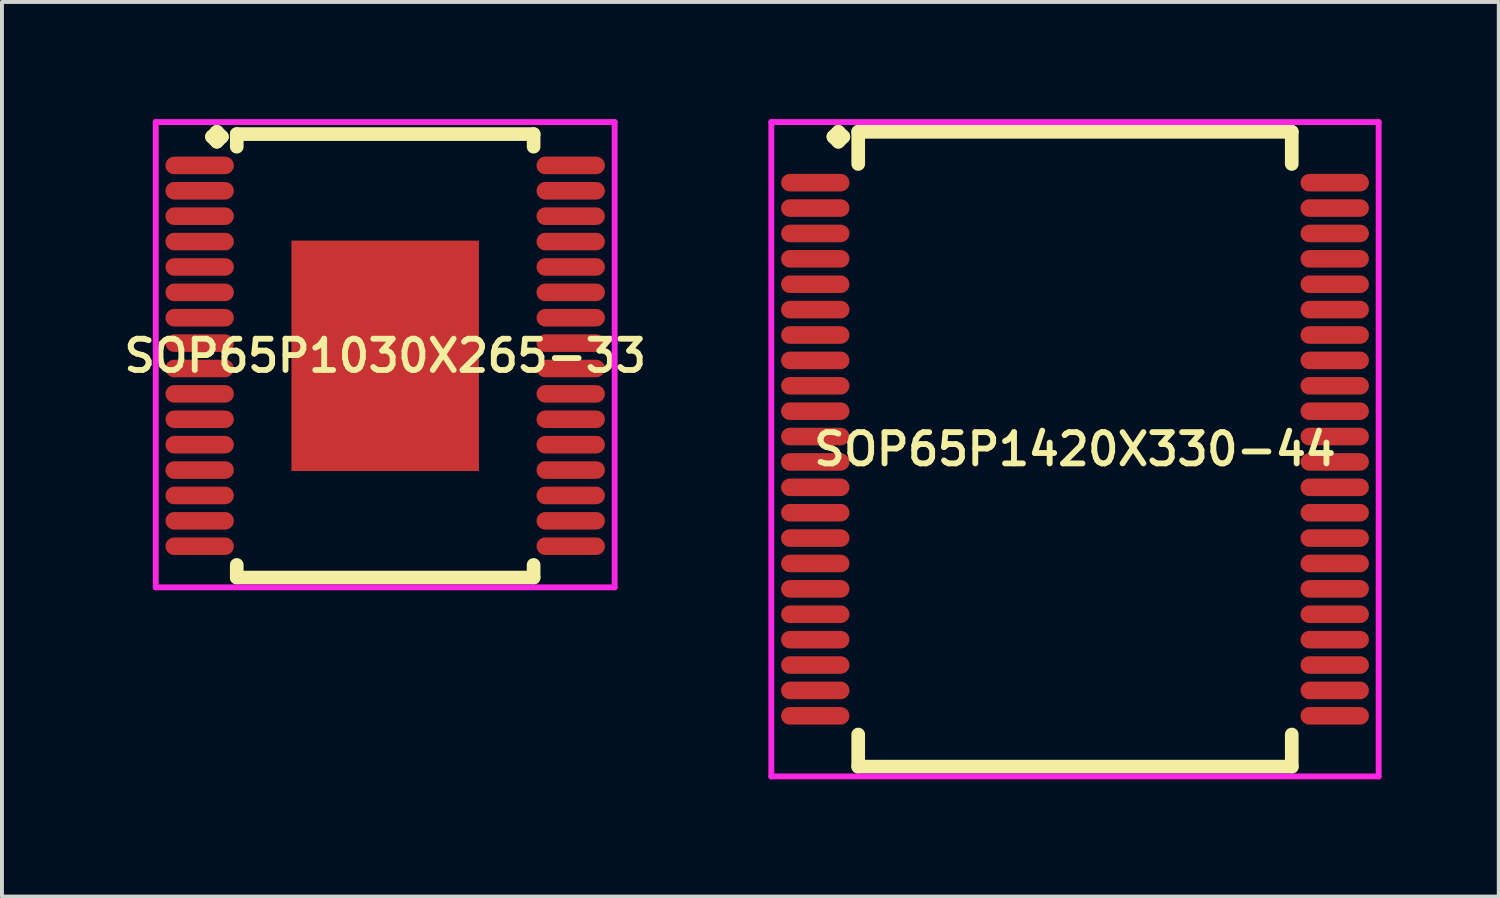
<source format=kicad_pcb>
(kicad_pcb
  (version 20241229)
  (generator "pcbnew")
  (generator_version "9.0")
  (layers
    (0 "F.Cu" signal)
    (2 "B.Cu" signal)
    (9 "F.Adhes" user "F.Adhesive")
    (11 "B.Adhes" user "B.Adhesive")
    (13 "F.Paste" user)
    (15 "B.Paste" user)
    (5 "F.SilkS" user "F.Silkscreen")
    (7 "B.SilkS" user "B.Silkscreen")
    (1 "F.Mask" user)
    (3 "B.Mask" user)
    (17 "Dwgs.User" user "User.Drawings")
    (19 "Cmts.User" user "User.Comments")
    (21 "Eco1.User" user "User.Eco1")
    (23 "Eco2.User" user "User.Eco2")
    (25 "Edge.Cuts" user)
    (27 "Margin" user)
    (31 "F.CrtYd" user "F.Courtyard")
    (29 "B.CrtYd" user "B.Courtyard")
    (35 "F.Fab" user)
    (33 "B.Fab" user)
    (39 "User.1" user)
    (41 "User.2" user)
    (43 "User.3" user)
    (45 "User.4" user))
  (footprint "SOP65P1420X330-44"
    (layer "F.Cu")
    (at 24.473 8.452)
    (property "Reference" "SOP65P1420X330-44" (at 0 0 0) (layer "F.SilkS") (effects (font (size 0.8 0.8) (thickness 0.15))))
    (attr smd)
    (fp_line (start -6.185 -8) (end -6.058 -8.127) (stroke (width 0.35) (type solid)) (layer "F.SilkS"))
    (fp_line (start -6.058 -8.127) (end -5.931 -8) (stroke (width 0.35) (type solid)) (layer "F.SilkS"))
    (fp_line (start -6.058 -7.873) (end -6.185 -8) (stroke (width 0.35) (type solid)) (layer "F.SilkS"))
    (fp_line (start -5.931 -8) (end -6.058 -7.873) (stroke (width 0.35) (type solid)) (layer "F.SilkS"))
    (fp_line (start -5.55 -8.127) (end 5.55 -8.127) (stroke (width 0.35) (type solid)) (layer "F.SilkS"))
    (fp_line (start -5.55 -7.304) (end -5.55 -8.127) (stroke (width 0.35) (type solid)) (layer "F.SilkS"))
    (fp_line (start -5.55 7.304) (end -5.55 8.127) (stroke (width 0.35) (type solid)) (layer "F.SilkS"))
    (fp_line (start -5.55 8.127) (end 5.55 8.127) (stroke (width 0.35) (type solid)) (layer "F.SilkS"))
    (fp_line (start 5.55 -8.127) (end 5.55 -7.304) (stroke (width 0.35) (type solid)) (layer "F.SilkS"))
    (fp_line (start 5.55 8.127) (end 5.55 7.304) (stroke (width 0.35) (type solid)) (layer "F.SilkS"))
    (fp_line (start -7.775 -8.377) (end 7.775 -8.377) (stroke (width 0.15) (type solid)) (layer "F.CrtYd"))
    (fp_line (start -7.775 8.377) (end -7.775 -8.377) (stroke (width 0.15) (type solid)) (layer "F.CrtYd"))
    (fp_line (start 7.775 -8.377) (end 7.775 8.377) (stroke (width 0.15) (type solid)) (layer "F.CrtYd"))
    (fp_line (start 7.775 8.377) (end -7.775 8.377) (stroke (width 0.15) (type solid)) (layer "F.CrtYd"))
    (pad "1" smd oval (at -6.65 -6.825) (size 1.75 0.45) (layers "F.Cu" "F.Mask" "F.Paste"))
    (pad "2" smd oval (at -6.65 -6.175) (size 1.75 0.45) (layers "F.Cu" "F.Mask" "F.Paste"))
    (pad "3" smd oval (at -6.65 -5.525) (size 1.75 0.45) (layers "F.Cu" "F.Mask" "F.Paste"))
    (pad "4" smd oval (at -6.65 -4.875) (size 1.75 0.45) (layers "F.Cu" "F.Mask" "F.Paste"))
    (pad "5" smd oval (at -6.65 -4.225) (size 1.75 0.45) (layers "F.Cu" "F.Mask" "F.Paste"))
    (pad "6" smd oval (at -6.65 -3.575) (size 1.75 0.45) (layers "F.Cu" "F.Mask" "F.Paste"))
    (pad "7" smd oval (at -6.65 -2.925) (size 1.75 0.45) (layers "F.Cu" "F.Mask" "F.Paste"))
    (pad "8" smd oval (at -6.65 -2.275) (size 1.75 0.45) (layers "F.Cu" "F.Mask" "F.Paste"))
    (pad "9" smd oval (at -6.65 -1.625) (size 1.75 0.45) (layers "F.Cu" "F.Mask" "F.Paste"))
    (pad "10" smd oval (at -6.65 -0.975) (size 1.75 0.45) (layers "F.Cu" "F.Mask" "F.Paste"))
    (pad "11" smd oval (at -6.65 -0.325) (size 1.75 0.45) (layers "F.Cu" "F.Mask" "F.Paste"))
    (pad "12" smd oval (at -6.65 0.325) (size 1.75 0.45) (layers "F.Cu" "F.Mask" "F.Paste"))
    (pad "13" smd oval (at -6.65 0.975) (size 1.75 0.45) (layers "F.Cu" "F.Mask" "F.Paste"))
    (pad "14" smd oval (at -6.65 1.625) (size 1.75 0.45) (layers "F.Cu" "F.Mask" "F.Paste"))
    (pad "15" smd oval (at -6.65 2.275) (size 1.75 0.45) (layers "F.Cu" "F.Mask" "F.Paste"))
    (pad "16" smd oval (at -6.65 2.925) (size 1.75 0.45) (layers "F.Cu" "F.Mask" "F.Paste"))
    (pad "17" smd oval (at -6.65 3.575) (size 1.75 0.45) (layers "F.Cu" "F.Mask" "F.Paste"))
    (pad "18" smd oval (at -6.65 4.225) (size 1.75 0.45) (layers "F.Cu" "F.Mask" "F.Paste"))
    (pad "19" smd oval (at -6.65 4.875) (size 1.75 0.45) (layers "F.Cu" "F.Mask" "F.Paste"))
    (pad "20" smd oval (at -6.65 5.525) (size 1.75 0.45) (layers "F.Cu" "F.Mask" "F.Paste"))
    (pad "21" smd oval (at -6.65 6.175) (size 1.75 0.45) (layers "F.Cu" "F.Mask" "F.Paste"))
    (pad "22" smd oval (at -6.65 6.825) (size 1.75 0.45) (layers "F.Cu" "F.Mask" "F.Paste"))
    (pad "23" smd oval (at 6.65 6.825) (size 1.75 0.45) (layers "F.Cu" "F.Mask" "F.Paste"))
    (pad "24" smd oval (at 6.65 6.175) (size 1.75 0.45) (layers "F.Cu" "F.Mask" "F.Paste"))
    (pad "25" smd oval (at 6.65 5.525) (size 1.75 0.45) (layers "F.Cu" "F.Mask" "F.Paste"))
    (pad "26" smd oval (at 6.65 4.875) (size 1.75 0.45) (layers "F.Cu" "F.Mask" "F.Paste"))
    (pad "27" smd oval (at 6.65 4.225) (size 1.75 0.45) (layers "F.Cu" "F.Mask" "F.Paste"))
    (pad "28" smd oval (at 6.65 3.575) (size 1.75 0.45) (layers "F.Cu" "F.Mask" "F.Paste"))
    (pad "29" smd oval (at 6.65 2.925) (size 1.75 0.45) (layers "F.Cu" "F.Mask" "F.Paste"))
    (pad "30" smd oval (at 6.65 2.275) (size 1.75 0.45) (layers "F.Cu" "F.Mask" "F.Paste"))
    (pad "31" smd oval (at 6.65 1.625) (size 1.75 0.45) (layers "F.Cu" "F.Mask" "F.Paste"))
    (pad "32" smd oval (at 6.65 0.975) (size 1.75 0.45) (layers "F.Cu" "F.Mask" "F.Paste"))
    (pad "33" smd oval (at 6.65 0.325) (size 1.75 0.45) (layers "F.Cu" "F.Mask" "F.Paste"))
    (pad "34" smd oval (at 6.65 -0.325) (size 1.75 0.45) (layers "F.Cu" "F.Mask" "F.Paste"))
    (pad "35" smd oval (at 6.65 -0.975) (size 1.75 0.45) (layers "F.Cu" "F.Mask" "F.Paste"))
    (pad "36" smd oval (at 6.65 -1.625) (size 1.75 0.45) (layers "F.Cu" "F.Mask" "F.Paste"))
    (pad "37" smd oval (at 6.65 -2.275) (size 1.75 0.45) (layers "F.Cu" "F.Mask" "F.Paste"))
    (pad "38" smd oval (at 6.65 -2.925) (size 1.75 0.45) (layers "F.Cu" "F.Mask" "F.Paste"))
    (pad "39" smd oval (at 6.65 -3.575) (size 1.75 0.45) (layers "F.Cu" "F.Mask" "F.Paste"))
    (pad "40" smd oval (at 6.65 -4.225) (size 1.75 0.45) (layers "F.Cu" "F.Mask" "F.Paste"))
    (pad "41" smd oval (at 6.65 -4.875) (size 1.75 0.45) (layers "F.Cu" "F.Mask" "F.Paste"))
    (pad "42" smd oval (at 6.65 -5.525) (size 1.75 0.45) (layers "F.Cu" "F.Mask" "F.Paste"))
    (pad "43" smd oval (at 6.65 -6.175) (size 1.75 0.45) (layers "F.Cu" "F.Mask" "F.Paste"))
    (pad "44" smd oval (at 6.65 -6.825) (size 1.75 0.45) (layers "F.Cu" "F.Mask" "F.Paste")))
  (footprint "SOP65P1030X265-33"
    (layer "F.Cu")
    (at 6.812 6.06)
    (property "Reference" "SOP65P1030X265-33" (at 0 0 0) (layer "F.SilkS") (effects (font (size 0.8 0.8) (thickness 0.15))))
    (attr smd)
    (fp_line (start -4.435 -5.608) (end -4.308 -5.735) (stroke (width 0.35) (type solid)) (layer "F.SilkS"))
    (fp_line (start -4.308 -5.735) (end -4.181 -5.608) (stroke (width 0.35) (type solid)) (layer "F.SilkS"))
    (fp_line (start -4.308 -5.481) (end -4.435 -5.608) (stroke (width 0.35) (type solid)) (layer "F.SilkS"))
    (fp_line (start -4.181 -5.608) (end -4.308 -5.481) (stroke (width 0.35) (type solid)) (layer "F.SilkS"))
    (fp_line (start -3.8 -5.677) (end 3.8 -5.677) (stroke (width 0.35) (type solid)) (layer "F.SilkS"))
    (fp_line (start -3.8 -5.354) (end -3.8 -5.677) (stroke (width 0.35) (type solid)) (layer "F.SilkS"))
    (fp_line (start -3.8 5.354) (end -3.8 5.677) (stroke (width 0.35) (type solid)) (layer "F.SilkS"))
    (fp_line (start -3.8 5.677) (end 3.8 5.677) (stroke (width 0.35) (type solid)) (layer "F.SilkS"))
    (fp_line (start 3.8 -5.677) (end 3.8 -5.354) (stroke (width 0.35) (type solid)) (layer "F.SilkS"))
    (fp_line (start 3.8 5.677) (end 3.8 5.354) (stroke (width 0.35) (type solid)) (layer "F.SilkS"))
    (fp_line (start -5.875 -5.985) (end 5.875 -5.985) (stroke (width 0.15) (type solid)) (layer "F.CrtYd"))
    (fp_line (start -5.875 5.927) (end -5.875 -5.985) (stroke (width 0.15) (type solid)) (layer "F.CrtYd"))
    (fp_line (start 5.875 -5.985) (end 5.875 5.927) (stroke (width 0.15) (type solid)) (layer "F.CrtYd"))
    (fp_line (start 5.875 5.927) (end -5.875 5.927) (stroke (width 0.15) (type solid)) (layer "F.CrtYd"))
    (pad "1" smd oval (at -4.75 -4.875) (size 1.75 0.45) (layers "F.Cu" "F.Mask" "F.Paste"))
    (pad "2" smd oval (at -4.75 -4.225) (size 1.75 0.45) (layers "F.Cu" "F.Mask" "F.Paste"))
    (pad "3" smd oval (at -4.75 -3.575) (size 1.75 0.45) (layers "F.Cu" "F.Mask" "F.Paste"))
    (pad "4" smd oval (at -4.75 -2.925) (size 1.75 0.45) (layers "F.Cu" "F.Mask" "F.Paste"))
    (pad "5" smd oval (at -4.75 -2.275) (size 1.75 0.45) (layers "F.Cu" "F.Mask" "F.Paste"))
    (pad "6" smd oval (at -4.75 -1.625) (size 1.75 0.45) (layers "F.Cu" "F.Mask" "F.Paste"))
    (pad "7" smd oval (at -4.75 -0.975) (size 1.75 0.45) (layers "F.Cu" "F.Mask" "F.Paste"))
    (pad "8" smd oval (at -4.75 -0.325) (size 1.75 0.45) (layers "F.Cu" "F.Mask" "F.Paste"))
    (pad "9" smd oval (at -4.75 0.325) (size 1.75 0.45) (layers "F.Cu" "F.Mask" "F.Paste"))
    (pad "10" smd oval (at -4.75 0.975) (size 1.75 0.45) (layers "F.Cu" "F.Mask" "F.Paste"))
    (pad "11" smd oval (at -4.75 1.625) (size 1.75 0.45) (layers "F.Cu" "F.Mask" "F.Paste"))
    (pad "12" smd oval (at -4.75 2.275) (size 1.75 0.45) (layers "F.Cu" "F.Mask" "F.Paste"))
    (pad "13" smd oval (at -4.75 2.925) (size 1.75 0.45) (layers "F.Cu" "F.Mask" "F.Paste"))
    (pad "14" smd oval (at -4.75 3.575) (size 1.75 0.45) (layers "F.Cu" "F.Mask" "F.Paste"))
    (pad "15" smd oval (at -4.75 4.225) (size 1.75 0.45) (layers "F.Cu" "F.Mask" "F.Paste"))
    (pad "16" smd oval (at -4.75 4.875) (size 1.75 0.45) (layers "F.Cu" "F.Mask" "F.Paste"))
    (pad "17" smd oval (at 4.75 4.875) (size 1.75 0.45) (layers "F.Cu" "F.Mask" "F.Paste"))
    (pad "18" smd oval (at 4.75 4.225) (size 1.75 0.45) (layers "F.Cu" "F.Mask" "F.Paste"))
    (pad "19" smd oval (at 4.75 3.575) (size 1.75 0.45) (layers "F.Cu" "F.Mask" "F.Paste"))
    (pad "20" smd oval (at 4.75 2.925) (size 1.75 0.45) (layers "F.Cu" "F.Mask" "F.Paste"))
    (pad "21" smd oval (at 4.75 2.275) (size 1.75 0.45) (layers "F.Cu" "F.Mask" "F.Paste"))
    (pad "22" smd oval (at 4.75 1.625) (size 1.75 0.45) (layers "F.Cu" "F.Mask" "F.Paste"))
    (pad "23" smd oval (at 4.75 0.975) (size 1.75 0.45) (layers "F.Cu" "F.Mask" "F.Paste"))
    (pad "24" smd oval (at 4.75 0.325) (size 1.75 0.45) (layers "F.Cu" "F.Mask" "F.Paste"))
    (pad "25" smd oval (at 4.75 -0.325) (size 1.75 0.45) (layers "F.Cu" "F.Mask" "F.Paste"))
    (pad "26" smd oval (at 4.75 -0.975) (size 1.75 0.45) (layers "F.Cu" "F.Mask" "F.Paste"))
    (pad "27" smd oval (at 4.75 -1.625) (size 1.75 0.45) (layers "F.Cu" "F.Mask" "F.Paste"))
    (pad "28" smd oval (at 4.75 -2.275) (size 1.75 0.45) (layers "F.Cu" "F.Mask" "F.Paste"))
    (pad "29" smd oval (at 4.75 -2.925) (size 1.75 0.45) (layers "F.Cu" "F.Mask" "F.Paste"))
    (pad "30" smd oval (at 4.75 -3.575) (size 1.75 0.45) (layers "F.Cu" "F.Mask" "F.Paste"))
    (pad "31" smd oval (at 4.75 -4.225) (size 1.75 0.45) (layers "F.Cu" "F.Mask" "F.Paste"))
    (pad "32" smd oval (at 4.75 -4.875) (size 1.75 0.45) (layers "F.Cu" "F.Mask" "F.Paste"))
    (pad "33" smd rect (at 0 0) (size 4.8 5.9) (layers "F.Cu" "F.Mask" "F.Paste")))
  (gr_rect
    (start -3 -3)
    (end 35.323 19.904)
    (stroke (width 0.1) (type default))
    (fill no)
    (layer "Edge.Cuts")))
</source>
